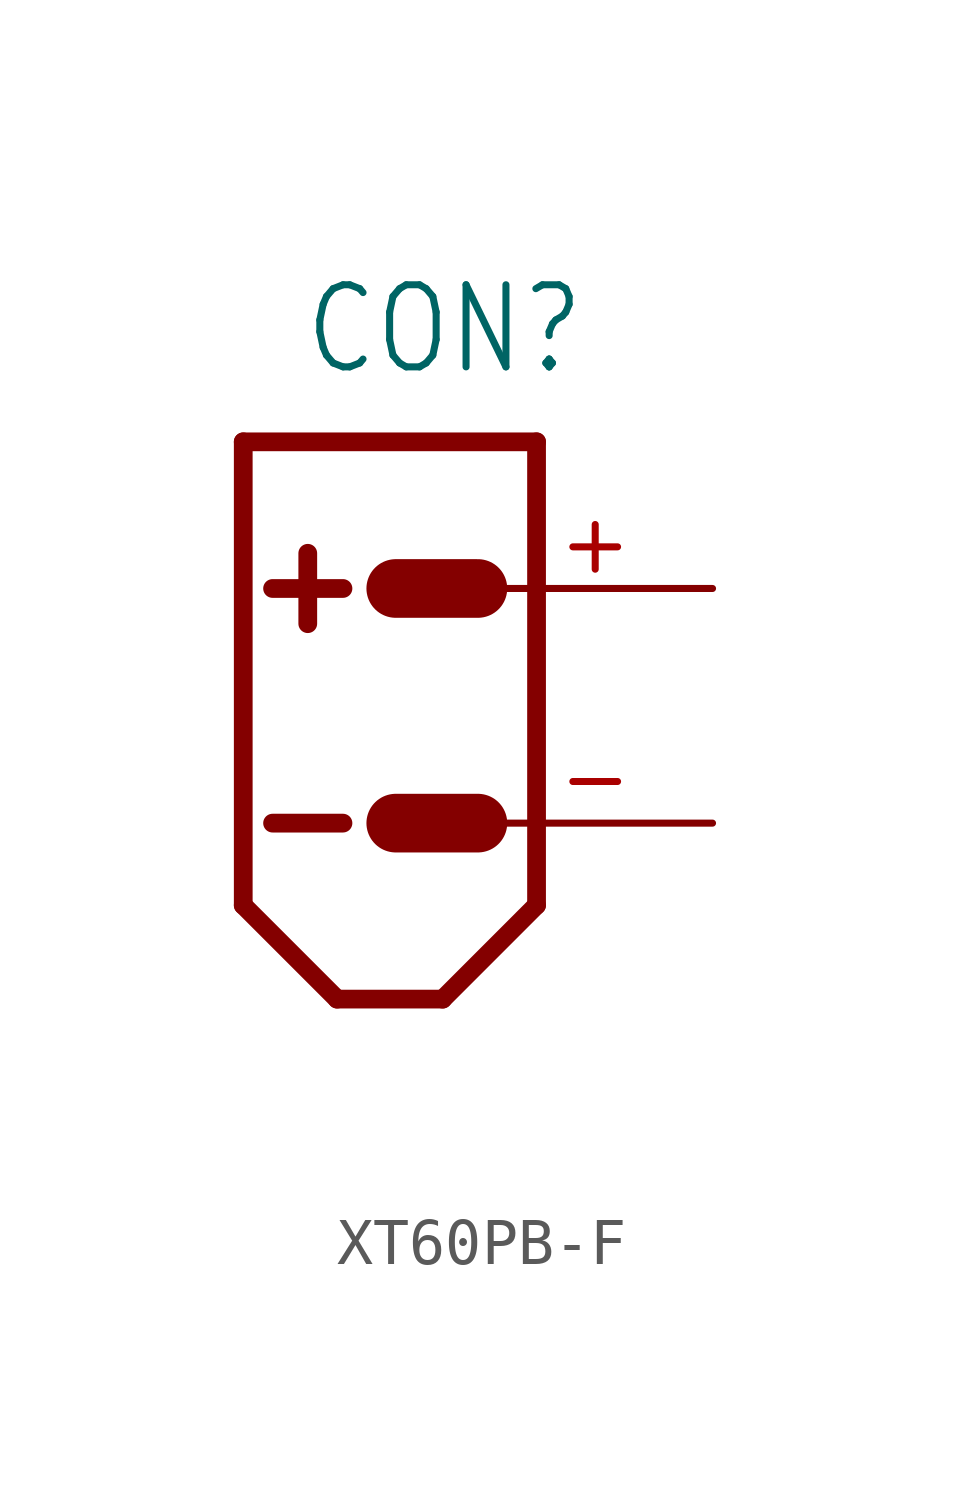
<source format=kicad_sym>
(kicad_symbol_lib
  (version 20220914)
  (generator kicad_symbol_editor)
  (symbol "XT60PB-F"
    (property "Reference" "CON"
      (at -3.81 7.112 0)
      (effects (font (size 1.778 1.511)) (justify left bottom)))
    (property "Value" ""
      (at -3.81 -8.89 0)
      (effects (font (size 1.778 1.511)) (justify left bottom)))
    (property "ki_locked" ""
      (at 0 0 0)
      (effects (font (size 1.27 1.27))))
    (symbol "XT60PB-F_1_0"
      (polyline (pts (xy -5.08 -4.318) (xy -3.048 -6.35)) (stroke (width 0.406) (type solid)) (fill (type none)))
      (polyline (pts (xy -5.08 5.715) (xy -5.08 -4.318)) (stroke (width 0.406) (type solid)) (fill (type none)))
      (polyline (pts (xy -5.08 5.715) (xy 1.27 5.715)) (stroke (width 0.406) (type solid)) (fill (type none)))
      (polyline (pts (xy -4.445 -2.54) (xy -2.921 -2.54)) (stroke (width 0.406) (type solid)) (fill (type none)))
      (polyline (pts (xy -4.445 2.54) (xy -2.921 2.54)) (stroke (width 0.406) (type solid)) (fill (type none)))
      (polyline (pts (xy -3.683 3.302) (xy -3.683 1.778)) (stroke (width 0.406) (type solid)) (fill (type none)))
      (polyline (pts (xy -3.048 -6.35) (xy -0.762 -6.35)) (stroke (width 0.406) (type solid)) (fill (type none)))
      (polyline (pts (xy -0.762 -6.35) (xy 1.27 -4.318)) (stroke (width 0.406) (type solid)) (fill (type none)))
      (polyline (pts (xy 0 -2.54) (xy -1.778 -2.54)) (stroke (width 1.27) (type solid)) (fill (type none)))
      (polyline (pts (xy 0 2.54) (xy -1.778 2.54)) (stroke (width 1.27) (type solid)) (fill (type none)))
      (polyline (pts (xy 1.27 -4.318) (xy 1.27 5.715)) (stroke (width 0.406) (type solid)) (fill (type none)))
      (pin power_in line (at 5.08 2.54 180) (length 5.08) (name "+" (effects (font (size 0 0)))) (number "+" (effects (font (size 1.27 1.27)))))
      (pin power_in line (at 5.08 -2.54 180) (length 5.08) (name "-" (effects (font (size 0 0)))) (number "-" (effects (font (size 1.27 1.27))))))))
</source>
